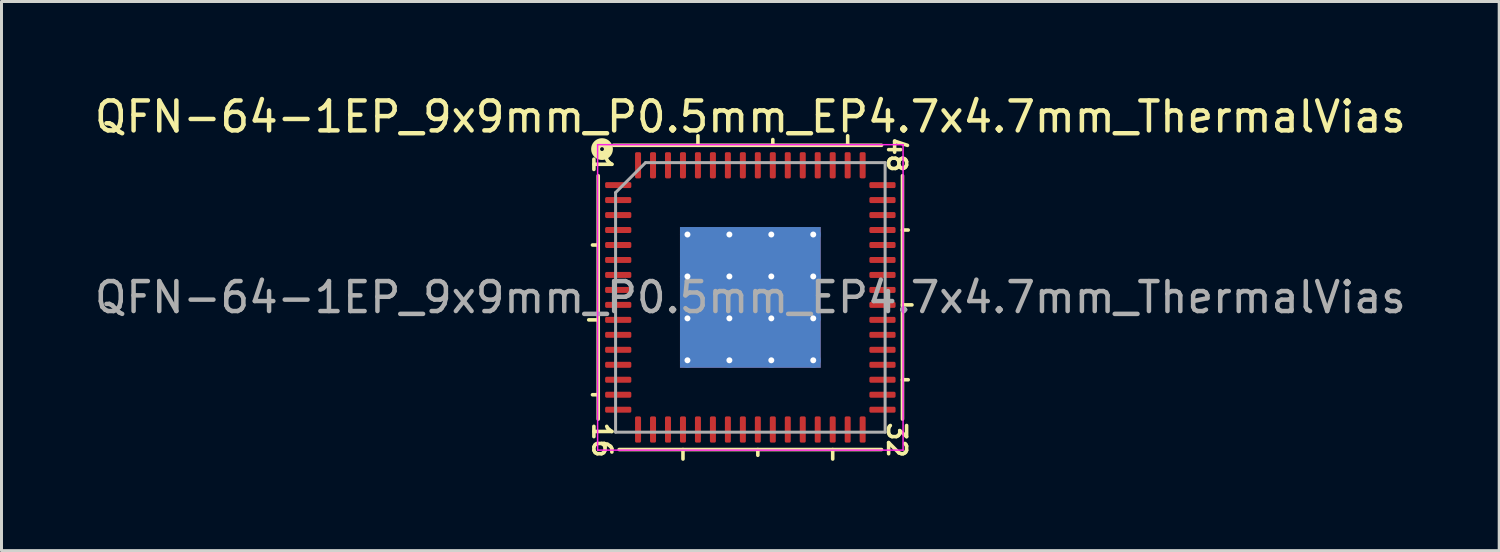
<source format=kicad_pcb>
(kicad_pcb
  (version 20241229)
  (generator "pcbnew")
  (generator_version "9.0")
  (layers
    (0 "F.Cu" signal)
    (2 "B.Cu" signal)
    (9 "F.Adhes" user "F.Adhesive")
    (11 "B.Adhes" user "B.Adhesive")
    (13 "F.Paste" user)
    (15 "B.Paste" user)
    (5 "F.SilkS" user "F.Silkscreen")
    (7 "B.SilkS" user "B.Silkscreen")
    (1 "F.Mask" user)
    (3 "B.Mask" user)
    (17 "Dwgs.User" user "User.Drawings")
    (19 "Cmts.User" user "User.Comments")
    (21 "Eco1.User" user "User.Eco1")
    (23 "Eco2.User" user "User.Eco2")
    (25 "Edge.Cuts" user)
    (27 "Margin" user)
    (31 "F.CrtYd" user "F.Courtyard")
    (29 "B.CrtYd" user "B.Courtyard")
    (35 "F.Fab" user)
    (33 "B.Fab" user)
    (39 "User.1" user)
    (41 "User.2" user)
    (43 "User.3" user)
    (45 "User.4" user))
  (footprint "QFN-64-1EP_9x9mm_P0.5mm_EP4.7x4.7mm_ThermalVias"
    (layer "F.Cu")
    (at 22.006 6.881)
    (property "Reference" "QFN-64-1EP_9x9mm_P0.5mm_EP4.7x4.7mm_ThermalVias" (at 0 -6.032 0) (layer "F.SilkS") (effects (font (size 1 1) (thickness 0.15))))
    (attr smd)
    (fp_line (start -5.08 -4.064) (end -5.08 4.064) (stroke (width 0.12) (type solid)) (layer "F.SilkS"))
    (fp_line (start -5.08 -1.75) (end -5.271 -1.75) (stroke (width 0.12) (type solid)) (layer "F.SilkS"))
    (fp_line (start -5.08 0.75) (end -5.397 0.75) (stroke (width 0.12) (type solid)) (layer "F.SilkS"))
    (fp_line (start -5.08 3.25) (end -5.271 3.25) (stroke (width 0.12) (type solid)) (layer "F.SilkS"))
    (fp_line (start -4.381 5.08) (end 4.381 5.08) (stroke (width 0.12) (type solid)) (layer "F.SilkS"))
    (fp_line (start -2.25 5.08) (end -2.25 5.397) (stroke (width 0.12) (type solid)) (layer "F.SilkS"))
    (fp_line (start -1.75 -5.08) (end -1.75 -5.397) (stroke (width 0.12) (type solid)) (layer "F.SilkS"))
    (fp_line (start 0.25 5.08) (end 0.25 5.271) (stroke (width 0.12) (type solid)) (layer "F.SilkS"))
    (fp_line (start 0.75 -5.08) (end 0.75 -5.271) (stroke (width 0.12) (type solid)) (layer "F.SilkS"))
    (fp_line (start 2.75 5.08) (end 2.75 5.397) (stroke (width 0.12) (type solid)) (layer "F.SilkS"))
    (fp_line (start 3.25 -5.08) (end 3.25 -5.397) (stroke (width 0.12) (type solid)) (layer "F.SilkS"))
    (fp_line (start 4.381 -5.08) (end -4.572 -5.08) (stroke (width 0.12) (type solid)) (layer "F.SilkS"))
    (fp_line (start 5.08 -2.25) (end 5.271 -2.25) (stroke (width 0.12) (type solid)) (layer "F.SilkS"))
    (fp_line (start 5.08 0.25) (end 5.397 0.25) (stroke (width 0.12) (type solid)) (layer "F.SilkS"))
    (fp_line (start 5.08 2.75) (end 5.271 2.75) (stroke (width 0.12) (type solid)) (layer "F.SilkS"))
    (fp_line (start 5.08 4.064) (end 5.08 -4.064) (stroke (width 0.12) (type solid)) (layer "F.SilkS"))
    (fp_circle (center -4.953 -4.953) (end -4.889 -4.953) (stroke (width 0.3) (type solid)) (fill no) (layer "F.SilkS"))
    (fp_line (start -5.1 -5.1) (end -5.1 5.1) (stroke (width 0.05) (type solid)) (layer "F.CrtYd"))
    (fp_line (start -5.1 5.1) (end 5.1 5.1) (stroke (width 0.05) (type solid)) (layer "F.CrtYd"))
    (fp_line (start 5.1 -5.1) (end -5.1 -5.1) (stroke (width 0.05) (type solid)) (layer "F.CrtYd"))
    (fp_line (start 5.1 5.1) (end 5.1 -5.1) (stroke (width 0.05) (type solid)) (layer "F.CrtYd"))
    (fp_line (start -4.5 -3.5) (end -3.5 -4.5) (stroke (width 0.1) (type solid)) (layer "F.Fab"))
    (fp_line (start -4.5 4.5) (end -4.5 -3.5) (stroke (width 0.1) (type solid)) (layer "F.Fab"))
    (fp_line (start -3.5 -4.5) (end 4.5 -4.5) (stroke (width 0.1) (type solid)) (layer "F.Fab"))
    (fp_line (start 4.5 -4.5) (end 4.5 4.5) (stroke (width 0.1) (type solid)) (layer "F.Fab"))
    (fp_line (start 4.5 4.5) (end -4.5 4.5) (stroke (width 0.1) (type solid)) (layer "F.Fab"))
    (fp_text user "48" (at 4.889 -4.763 270) (unlocked yes) (layer "F.SilkS") (effects (font (size 0.6 0.6) (thickness 0.12))))
    (fp_text user "32" (at 4.889 4.763 270) (unlocked yes) (layer "F.SilkS") (effects (font (size 0.6 0.6) (thickness 0.12))))
    (fp_text user "1" (at -4.953 -4.445 270) (unlocked yes) (layer "F.SilkS") (effects (font (size 0.6 0.6) (thickness 0.12))))
    (fp_text user "16" (at -4.953 4.763 270) (unlocked yes) (layer "F.SilkS") (effects (font (size 0.6 0.6) (thickness 0.12))))
    (fp_text user "${REFERENCE}" (at 0 0 0) (layer "F.Fab") (effects (font (size 1 1) (thickness 0.15))))
    (pad "" smd roundrect (at -1.4 -1.4) (size 1.263 1.263) (layers "F.Paste") (roundrect_rratio 0.198))
    (pad "" smd roundrect (at -1.4 0) (size 1.263 1.263) (layers "F.Paste") (roundrect_rratio 0.198))
    (pad "" smd roundrect (at -1.4 1.4) (size 1.263 1.263) (layers "F.Paste") (roundrect_rratio 0.198))
    (pad "" smd roundrect (at 0 -1.4) (size 1.263 1.263) (layers "F.Paste") (roundrect_rratio 0.198))
    (pad "" smd roundrect (at 0 0) (size 1.263 1.263) (layers "F.Paste") (roundrect_rratio 0.198))
    (pad "" smd roundrect (at 0 1.4) (size 1.263 1.263) (layers "F.Paste") (roundrect_rratio 0.198))
    (pad "" smd roundrect (at 1.4 -1.4) (size 1.263 1.263) (layers "F.Paste") (roundrect_rratio 0.198))
    (pad "" smd roundrect (at 1.4 0) (size 1.263 1.263) (layers "F.Paste") (roundrect_rratio 0.198))
    (pad "" smd roundrect (at 1.4 1.4) (size 1.263 1.263) (layers "F.Paste") (roundrect_rratio 0.198))
    (pad "1" smd roundrect (at -4.412 -3.75) (size 0.875 0.2) (layers "F.Cu" "F.Mask" "F.Paste") (roundrect_rratio 0.25))
    (pad "2" smd roundrect (at -4.412 -3.25) (size 0.875 0.2) (layers "F.Cu" "F.Mask" "F.Paste") (roundrect_rratio 0.25))
    (pad "3" smd roundrect (at -4.412 -2.75) (size 0.875 0.2) (layers "F.Cu" "F.Mask" "F.Paste") (roundrect_rratio 0.25))
    (pad "4" smd roundrect (at -4.412 -2.25) (size 0.875 0.2) (layers "F.Cu" "F.Mask" "F.Paste") (roundrect_rratio 0.25))
    (pad "5" smd roundrect (at -4.412 -1.75) (size 0.875 0.2) (layers "F.Cu" "F.Mask" "F.Paste") (roundrect_rratio 0.25))
    (pad "6" smd roundrect (at -4.412 -1.25) (size 0.875 0.2) (layers "F.Cu" "F.Mask" "F.Paste") (roundrect_rratio 0.25))
    (pad "7" smd roundrect (at -4.412 -0.75) (size 0.875 0.2) (layers "F.Cu" "F.Mask" "F.Paste") (roundrect_rratio 0.25))
    (pad "8" smd roundrect (at -4.412 -0.25) (size 0.875 0.2) (layers "F.Cu" "F.Mask" "F.Paste") (roundrect_rratio 0.25))
    (pad "9" smd roundrect (at -4.412 0.25) (size 0.875 0.2) (layers "F.Cu" "F.Mask" "F.Paste") (roundrect_rratio 0.25))
    (pad "10" smd roundrect (at -4.412 0.75) (size 0.875 0.2) (layers "F.Cu" "F.Mask" "F.Paste") (roundrect_rratio 0.25))
    (pad "11" smd roundrect (at -4.412 1.25) (size 0.875 0.2) (layers "F.Cu" "F.Mask" "F.Paste") (roundrect_rratio 0.25))
    (pad "12" smd roundrect (at -4.412 1.75) (size 0.875 0.2) (layers "F.Cu" "F.Mask" "F.Paste") (roundrect_rratio 0.25))
    (pad "13" smd roundrect (at -4.412 2.25) (size 0.875 0.2) (layers "F.Cu" "F.Mask" "F.Paste") (roundrect_rratio 0.25))
    (pad "14" smd roundrect (at -4.412 2.75) (size 0.875 0.2) (layers "F.Cu" "F.Mask" "F.Paste") (roundrect_rratio 0.25))
    (pad "15" smd roundrect (at -4.412 3.25) (size 0.875 0.2) (layers "F.Cu" "F.Mask" "F.Paste") (roundrect_rratio 0.25))
    (pad "16" smd roundrect (at -4.412 3.75) (size 0.875 0.2) (layers "F.Cu" "F.Mask" "F.Paste") (roundrect_rratio 0.25))
    (pad "17" smd roundrect (at -3.75 4.412) (size 0.2 0.875) (layers "F.Cu" "F.Mask" "F.Paste") (roundrect_rratio 0.25))
    (pad "18" smd roundrect (at -3.25 4.412) (size 0.2 0.875) (layers "F.Cu" "F.Mask" "F.Paste") (roundrect_rratio 0.25))
    (pad "19" smd roundrect (at -2.75 4.412) (size 0.2 0.875) (layers "F.Cu" "F.Mask" "F.Paste") (roundrect_rratio 0.25))
    (pad "20" smd roundrect (at -2.25 4.412) (size 0.2 0.875) (layers "F.Cu" "F.Mask" "F.Paste") (roundrect_rratio 0.25))
    (pad "21" smd roundrect (at -1.75 4.412) (size 0.2 0.875) (layers "F.Cu" "F.Mask" "F.Paste") (roundrect_rratio 0.25))
    (pad "22" smd roundrect (at -1.25 4.412) (size 0.2 0.875) (layers "F.Cu" "F.Mask" "F.Paste") (roundrect_rratio 0.25))
    (pad "23" smd roundrect (at -0.75 4.412) (size 0.2 0.875) (layers "F.Cu" "F.Mask" "F.Paste") (roundrect_rratio 0.25))
    (pad "24" smd roundrect (at -0.25 4.412) (size 0.2 0.875) (layers "F.Cu" "F.Mask" "F.Paste") (roundrect_rratio 0.25))
    (pad "25" smd roundrect (at 0.25 4.412) (size 0.2 0.875) (layers "F.Cu" "F.Mask" "F.Paste") (roundrect_rratio 0.25))
    (pad "26" smd roundrect (at 0.75 4.412) (size 0.2 0.875) (layers "F.Cu" "F.Mask" "F.Paste") (roundrect_rratio 0.25))
    (pad "27" smd roundrect (at 1.25 4.412) (size 0.2 0.875) (layers "F.Cu" "F.Mask" "F.Paste") (roundrect_rratio 0.25))
    (pad "28" smd roundrect (at 1.75 4.412) (size 0.2 0.875) (layers "F.Cu" "F.Mask" "F.Paste") (roundrect_rratio 0.25))
    (pad "29" smd roundrect (at 2.25 4.412) (size 0.2 0.875) (layers "F.Cu" "F.Mask" "F.Paste") (roundrect_rratio 0.25))
    (pad "30" smd roundrect (at 2.75 4.412) (size 0.2 0.875) (layers "F.Cu" "F.Mask" "F.Paste") (roundrect_rratio 0.25))
    (pad "31" smd roundrect (at 3.25 4.412) (size 0.2 0.875) (layers "F.Cu" "F.Mask" "F.Paste") (roundrect_rratio 0.25))
    (pad "32" smd roundrect (at 3.75 4.412) (size 0.2 0.875) (layers "F.Cu" "F.Mask" "F.Paste") (roundrect_rratio 0.25))
    (pad "33" smd roundrect (at 4.412 3.75) (size 0.875 0.2) (layers "F.Cu" "F.Mask" "F.Paste") (roundrect_rratio 0.25))
    (pad "34" smd roundrect (at 4.412 3.25) (size 0.875 0.2) (layers "F.Cu" "F.Mask" "F.Paste") (roundrect_rratio 0.25))
    (pad "35" smd roundrect (at 4.412 2.75) (size 0.875 0.2) (layers "F.Cu" "F.Mask" "F.Paste") (roundrect_rratio 0.25))
    (pad "36" smd roundrect (at 4.412 2.25) (size 0.875 0.2) (layers "F.Cu" "F.Mask" "F.Paste") (roundrect_rratio 0.25))
    (pad "37" smd roundrect (at 4.412 1.75) (size 0.875 0.2) (layers "F.Cu" "F.Mask" "F.Paste") (roundrect_rratio 0.25))
    (pad "38" smd roundrect (at 4.412 1.25) (size 0.875 0.2) (layers "F.Cu" "F.Mask" "F.Paste") (roundrect_rratio 0.25))
    (pad "39" smd roundrect (at 4.412 0.75) (size 0.875 0.2) (layers "F.Cu" "F.Mask" "F.Paste") (roundrect_rratio 0.25))
    (pad "40" smd roundrect (at 4.412 0.25) (size 0.875 0.2) (layers "F.Cu" "F.Mask" "F.Paste") (roundrect_rratio 0.25))
    (pad "41" smd roundrect (at 4.412 -0.25) (size 0.875 0.2) (layers "F.Cu" "F.Mask" "F.Paste") (roundrect_rratio 0.25))
    (pad "42" smd roundrect (at 4.412 -0.75) (size 0.875 0.2) (layers "F.Cu" "F.Mask" "F.Paste") (roundrect_rratio 0.25))
    (pad "43" smd roundrect (at 4.412 -1.25) (size 0.875 0.2) (layers "F.Cu" "F.Mask" "F.Paste") (roundrect_rratio 0.25))
    (pad "44" smd roundrect (at 4.412 -1.75) (size 0.875 0.2) (layers "F.Cu" "F.Mask" "F.Paste") (roundrect_rratio 0.25))
    (pad "45" smd roundrect (at 4.412 -2.25) (size 0.875 0.2) (layers "F.Cu" "F.Mask" "F.Paste") (roundrect_rratio 0.25))
    (pad "46" smd roundrect (at 4.412 -2.75) (size 0.875 0.2) (layers "F.Cu" "F.Mask" "F.Paste") (roundrect_rratio 0.25))
    (pad "47" smd roundrect (at 4.412 -3.25) (size 0.875 0.2) (layers "F.Cu" "F.Mask" "F.Paste") (roundrect_rratio 0.25))
    (pad "48" smd roundrect (at 4.412 -3.75) (size 0.875 0.2) (layers "F.Cu" "F.Mask" "F.Paste") (roundrect_rratio 0.25))
    (pad "49" smd roundrect (at 3.75 -4.412) (size 0.2 0.875) (layers "F.Cu" "F.Mask" "F.Paste") (roundrect_rratio 0.25))
    (pad "50" smd roundrect (at 3.25 -4.412) (size 0.2 0.875) (layers "F.Cu" "F.Mask" "F.Paste") (roundrect_rratio 0.25))
    (pad "51" smd roundrect (at 2.75 -4.412) (size 0.2 0.875) (layers "F.Cu" "F.Mask" "F.Paste") (roundrect_rratio 0.25))
    (pad "52" smd roundrect (at 2.25 -4.412) (size 0.2 0.875) (layers "F.Cu" "F.Mask" "F.Paste") (roundrect_rratio 0.25))
    (pad "53" smd roundrect (at 1.75 -4.412) (size 0.2 0.875) (layers "F.Cu" "F.Mask" "F.Paste") (roundrect_rratio 0.25))
    (pad "54" smd roundrect (at 1.25 -4.412) (size 0.2 0.875) (layers "F.Cu" "F.Mask" "F.Paste") (roundrect_rratio 0.25))
    (pad "55" smd roundrect (at 0.75 -4.412) (size 0.2 0.875) (layers "F.Cu" "F.Mask" "F.Paste") (roundrect_rratio 0.25))
    (pad "56" smd roundrect (at 0.25 -4.412) (size 0.2 0.875) (layers "F.Cu" "F.Mask" "F.Paste") (roundrect_rratio 0.25))
    (pad "57" smd roundrect (at -0.25 -4.412) (size 0.2 0.875) (layers "F.Cu" "F.Mask" "F.Paste") (roundrect_rratio 0.25))
    (pad "58" smd roundrect (at -0.75 -4.412) (size 0.2 0.875) (layers "F.Cu" "F.Mask" "F.Paste") (roundrect_rratio 0.25))
    (pad "59" smd roundrect (at -1.25 -4.412) (size 0.2 0.875) (layers "F.Cu" "F.Mask" "F.Paste") (roundrect_rratio 0.25))
    (pad "60" smd roundrect (at -1.75 -4.412) (size 0.2 0.875) (layers "F.Cu" "F.Mask" "F.Paste") (roundrect_rratio 0.25))
    (pad "61" smd roundrect (at -2.25 -4.412) (size 0.2 0.875) (layers "F.Cu" "F.Mask" "F.Paste") (roundrect_rratio 0.25))
    (pad "62" smd roundrect (at -2.75 -4.412) (size 0.2 0.875) (layers "F.Cu" "F.Mask" "F.Paste") (roundrect_rratio 0.25))
    (pad "63" smd roundrect (at -3.25 -4.412) (size 0.2 0.875) (layers "F.Cu" "F.Mask" "F.Paste") (roundrect_rratio 0.25))
    (pad "64" smd roundrect (at -3.75 -4.412) (size 0.2 0.875) (layers "F.Cu" "F.Mask" "F.Paste") (roundrect_rratio 0.25))
    (pad "65" thru_hole circle (at -2.1 -2.1) (size 0.5 0.5) (drill 0.2) (layers "*.Cu"))
    (pad "65" thru_hole circle (at -2.1 -0.7) (size 0.5 0.5) (drill 0.2) (layers "*.Cu"))
    (pad "65" thru_hole circle (at -2.1 0.7) (size 0.5 0.5) (drill 0.2) (layers "*.Cu"))
    (pad "65" thru_hole circle (at -2.1 2.1) (size 0.5 0.5) (drill 0.2) (layers "*.Cu"))
    (pad "65" thru_hole circle (at -0.7 -2.1) (size 0.5 0.5) (drill 0.2) (layers "*.Cu"))
    (pad "65" thru_hole circle (at -0.7 -0.7) (size 0.5 0.5) (drill 0.2) (layers "*.Cu"))
    (pad "65" thru_hole circle (at -0.7 0.7) (size 0.5 0.5) (drill 0.2) (layers "*.Cu"))
    (pad "65" thru_hole circle (at -0.7 2.1) (size 0.5 0.5) (drill 0.2) (layers "*.Cu"))
    (pad "65" smd rect (at 0 0) (size 4.7 4.7) (layers "F.Cu" "F.Mask"))
    (pad "65" smd rect (at 0 0) (size 4.7 4.7) (layers "B.Cu" "B.Mask"))
    (pad "65" thru_hole circle (at 0.7 -2.1) (size 0.5 0.5) (drill 0.2) (layers "*.Cu"))
    (pad "65" thru_hole circle (at 0.7 -0.7) (size 0.5 0.5) (drill 0.2) (layers "*.Cu"))
    (pad "65" thru_hole circle (at 0.7 0.7) (size 0.5 0.5) (drill 0.2) (layers "*.Cu"))
    (pad "65" thru_hole circle (at 0.7 2.1) (size 0.5 0.5) (drill 0.2) (layers "*.Cu"))
    (pad "65" thru_hole circle (at 2.1 -2.1) (size 0.5 0.5) (drill 0.2) (layers "*.Cu"))
    (pad "65" thru_hole circle (at 2.1 -0.7) (size 0.5 0.5) (drill 0.2) (layers "*.Cu"))
    (pad "65" thru_hole circle (at 2.1 0.7) (size 0.5 0.5) (drill 0.2) (layers "*.Cu"))
    (pad "65" thru_hole circle (at 2.1 2.1) (size 0.5 0.5) (drill 0.2) (layers "*.Cu")))
  (gr_rect
    (start -3 -3)
    (end 47.012 15.338)
    (stroke (width 0.1) (type default))
    (fill no)
    (layer "Edge.Cuts")))
</source>
